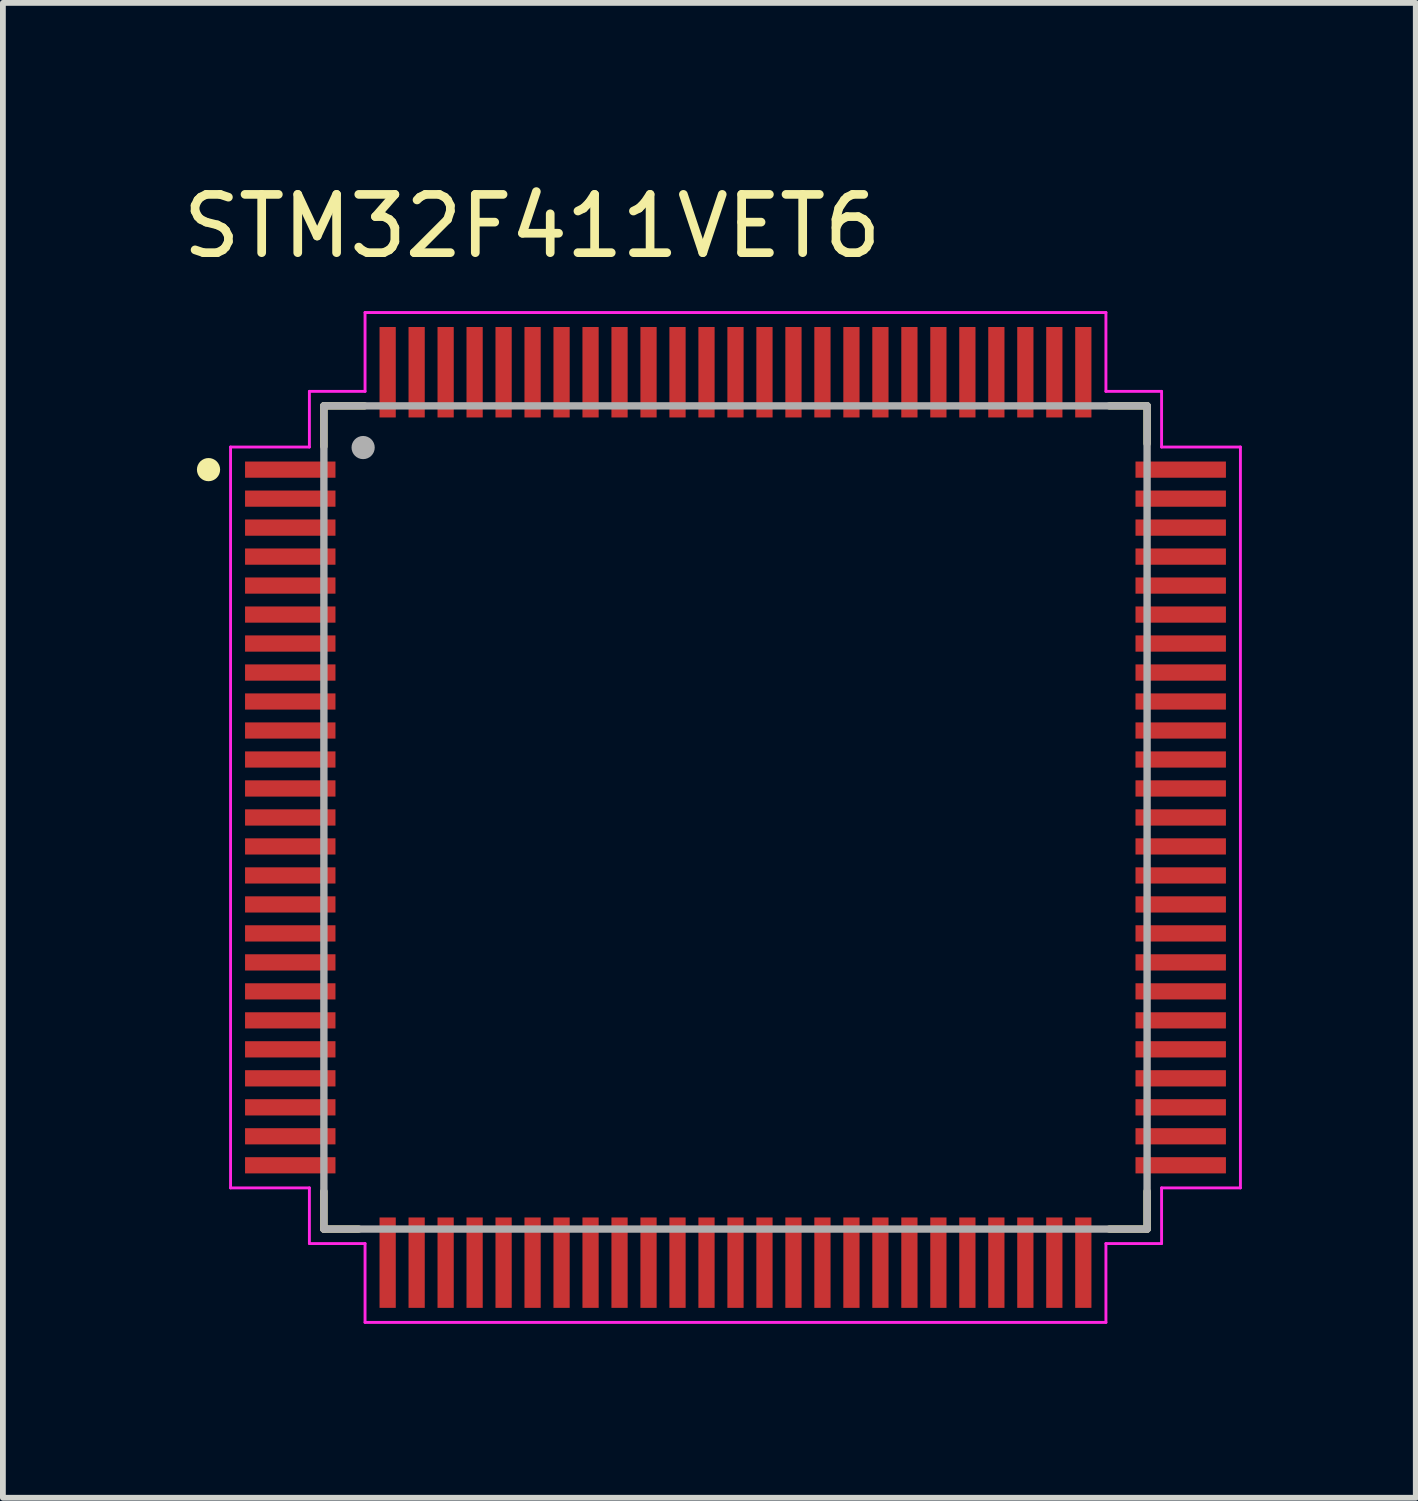
<source format=kicad_pcb>
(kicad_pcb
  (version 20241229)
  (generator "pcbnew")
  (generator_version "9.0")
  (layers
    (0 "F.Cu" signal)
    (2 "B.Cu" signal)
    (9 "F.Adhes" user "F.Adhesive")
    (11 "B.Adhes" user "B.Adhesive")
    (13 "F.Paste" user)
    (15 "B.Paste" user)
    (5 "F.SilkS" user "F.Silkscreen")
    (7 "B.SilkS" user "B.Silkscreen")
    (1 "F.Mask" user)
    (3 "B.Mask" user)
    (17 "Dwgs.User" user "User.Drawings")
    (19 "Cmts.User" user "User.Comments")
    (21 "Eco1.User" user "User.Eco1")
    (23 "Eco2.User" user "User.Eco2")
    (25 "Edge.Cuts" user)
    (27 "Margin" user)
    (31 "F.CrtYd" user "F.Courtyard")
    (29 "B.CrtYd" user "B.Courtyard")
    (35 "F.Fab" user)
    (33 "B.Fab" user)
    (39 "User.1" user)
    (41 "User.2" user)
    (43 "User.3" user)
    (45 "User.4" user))
  (footprint "STM32F411VET6"
    (layer "F.Cu")
    (at 9.637 11.051)
    (property "Reference" "STM32F411VET6" (at -3.507 -10.2 0) (layer "F.SilkS") (effects (font (size 1.005 1.005) (thickness 0.15))))
    (attr smd)
    (fp_line (start -7.1 -7.1) (end -6.4 -7.1) (stroke (width 0.127) (type solid)) (layer "F.SilkS"))
    (fp_line (start -7.1 -6.4) (end -7.1 -7.1) (stroke (width 0.127) (type solid)) (layer "F.SilkS"))
    (fp_line (start -7.1 6.45) (end -7.1 7.1) (stroke (width 0.127) (type solid)) (layer "F.SilkS"))
    (fp_line (start -7.1 7.1) (end -6.5 7.1) (stroke (width 0.127) (type solid)) (layer "F.SilkS"))
    (fp_line (start 6.45 -7.1) (end 7.1 -7.1) (stroke (width 0.127) (type solid)) (layer "F.SilkS"))
    (fp_line (start 6.45 7.1) (end 7.1 7.1) (stroke (width 0.127) (type solid)) (layer "F.SilkS"))
    (fp_line (start 7.1 -7.1) (end 7.1 -6.45) (stroke (width 0.127) (type solid)) (layer "F.SilkS"))
    (fp_line (start 7.1 7.1) (end 7.1 6.45) (stroke (width 0.127) (type solid)) (layer "F.SilkS"))
    (fp_circle (center -9.09 -6) (end -8.99 -6) (stroke (width 0.2) (type solid)) (fill no) (layer "F.SilkS"))
    (fp_line (start -8.71 -6.39) (end -8.71 6.39) (stroke (width 0.05) (type solid)) (layer "F.CrtYd"))
    (fp_line (start -8.71 6.39) (end -7.35 6.39) (stroke (width 0.05) (type solid)) (layer "F.CrtYd"))
    (fp_line (start -7.35 -7.35) (end -7.35 -6.39) (stroke (width 0.05) (type solid)) (layer "F.CrtYd"))
    (fp_line (start -7.35 -6.39) (end -8.71 -6.39) (stroke (width 0.05) (type solid)) (layer "F.CrtYd"))
    (fp_line (start -7.35 6.39) (end -7.35 7.35) (stroke (width 0.05) (type solid)) (layer "F.CrtYd"))
    (fp_line (start -7.35 7.35) (end -6.39 7.35) (stroke (width 0.05) (type solid)) (layer "F.CrtYd"))
    (fp_line (start -6.39 -8.71) (end -6.39 -7.35) (stroke (width 0.05) (type solid)) (layer "F.CrtYd"))
    (fp_line (start -6.39 -7.35) (end -7.35 -7.35) (stroke (width 0.05) (type solid)) (layer "F.CrtYd"))
    (fp_line (start -6.39 7.35) (end -6.39 8.71) (stroke (width 0.05) (type solid)) (layer "F.CrtYd"))
    (fp_line (start -6.39 8.71) (end 6.39 8.71) (stroke (width 0.05) (type solid)) (layer "F.CrtYd"))
    (fp_line (start 6.39 -8.71) (end -6.39 -8.71) (stroke (width 0.05) (type solid)) (layer "F.CrtYd"))
    (fp_line (start 6.39 -7.35) (end 6.39 -8.71) (stroke (width 0.05) (type solid)) (layer "F.CrtYd"))
    (fp_line (start 6.39 7.35) (end 7.35 7.35) (stroke (width 0.05) (type solid)) (layer "F.CrtYd"))
    (fp_line (start 6.39 8.71) (end 6.39 7.35) (stroke (width 0.05) (type solid)) (layer "F.CrtYd"))
    (fp_line (start 7.35 -7.35) (end 6.39 -7.35) (stroke (width 0.05) (type solid)) (layer "F.CrtYd"))
    (fp_line (start 7.35 -6.39) (end 7.35 -7.35) (stroke (width 0.05) (type solid)) (layer "F.CrtYd"))
    (fp_line (start 7.35 6.39) (end 8.71 6.39) (stroke (width 0.05) (type solid)) (layer "F.CrtYd"))
    (fp_line (start 7.35 7.35) (end 7.35 6.39) (stroke (width 0.05) (type solid)) (layer "F.CrtYd"))
    (fp_line (start 8.71 -6.39) (end 7.35 -6.39) (stroke (width 0.05) (type solid)) (layer "F.CrtYd"))
    (fp_line (start 8.71 6.39) (end 8.71 -6.39) (stroke (width 0.05) (type solid)) (layer "F.CrtYd"))
    (fp_line (start -7.1 -7.1) (end 7.1 -7.1) (stroke (width 0.127) (type solid)) (layer "F.Fab"))
    (fp_line (start -7.1 7.1) (end -7.1 -7.1) (stroke (width 0.127) (type solid)) (layer "F.Fab"))
    (fp_line (start 7.1 -7.1) (end 7.1 7.1) (stroke (width 0.127) (type solid)) (layer "F.Fab"))
    (fp_line (start 7.1 7.1) (end -7.1 7.1) (stroke (width 0.127) (type solid)) (layer "F.Fab"))
    (fp_circle (center -6.423 -6.381) (end -6.323 -6.381) (stroke (width 0.2) (type solid)) (fill no) (layer "F.Fab"))
    (pad "1" smd roundrect (at -7.68 -6) (size 1.56 0.28) (layers "F.Cu" "F.Mask" "F.Paste") (roundrect_rratio 0.01))
    (pad "2" smd roundrect (at -7.68 -5.5) (size 1.56 0.28) (layers "F.Cu" "F.Mask" "F.Paste") (roundrect_rratio 0.01))
    (pad "3" smd roundrect (at -7.68 -5) (size 1.56 0.28) (layers "F.Cu" "F.Mask" "F.Paste") (roundrect_rratio 0.01))
    (pad "4" smd roundrect (at -7.68 -4.5) (size 1.56 0.28) (layers "F.Cu" "F.Mask" "F.Paste") (roundrect_rratio 0.01))
    (pad "5" smd roundrect (at -7.68 -4) (size 1.56 0.28) (layers "F.Cu" "F.Mask" "F.Paste") (roundrect_rratio 0.01))
    (pad "6" smd roundrect (at -7.68 -3.5) (size 1.56 0.28) (layers "F.Cu" "F.Mask" "F.Paste") (roundrect_rratio 0.01))
    (pad "7" smd roundrect (at -7.68 -3) (size 1.56 0.28) (layers "F.Cu" "F.Mask" "F.Paste") (roundrect_rratio 0.01))
    (pad "8" smd roundrect (at -7.68 -2.5) (size 1.56 0.28) (layers "F.Cu" "F.Mask" "F.Paste") (roundrect_rratio 0.01))
    (pad "9" smd roundrect (at -7.68 -2) (size 1.56 0.28) (layers "F.Cu" "F.Mask" "F.Paste") (roundrect_rratio 0.01))
    (pad "10" smd roundrect (at -7.68 -1.5) (size 1.56 0.28) (layers "F.Cu" "F.Mask" "F.Paste") (roundrect_rratio 0.01))
    (pad "11" smd roundrect (at -7.68 -1) (size 1.56 0.28) (layers "F.Cu" "F.Mask" "F.Paste") (roundrect_rratio 0.01))
    (pad "12" smd roundrect (at -7.68 -0.5) (size 1.56 0.28) (layers "F.Cu" "F.Mask" "F.Paste") (roundrect_rratio 0.01))
    (pad "13" smd roundrect (at -7.68 0) (size 1.56 0.28) (layers "F.Cu" "F.Mask" "F.Paste") (roundrect_rratio 0.01))
    (pad "14" smd roundrect (at -7.68 0.5) (size 1.56 0.28) (layers "F.Cu" "F.Mask" "F.Paste") (roundrect_rratio 0.01))
    (pad "15" smd roundrect (at -7.68 1) (size 1.56 0.28) (layers "F.Cu" "F.Mask" "F.Paste") (roundrect_rratio 0.01))
    (pad "16" smd roundrect (at -7.68 1.5) (size 1.56 0.28) (layers "F.Cu" "F.Mask" "F.Paste") (roundrect_rratio 0.01))
    (pad "17" smd roundrect (at -7.68 2) (size 1.56 0.28) (layers "F.Cu" "F.Mask" "F.Paste") (roundrect_rratio 0.01))
    (pad "18" smd roundrect (at -7.68 2.5) (size 1.56 0.28) (layers "F.Cu" "F.Mask" "F.Paste") (roundrect_rratio 0.01))
    (pad "19" smd roundrect (at -7.68 3) (size 1.56 0.28) (layers "F.Cu" "F.Mask" "F.Paste") (roundrect_rratio 0.01))
    (pad "20" smd roundrect (at -7.68 3.5) (size 1.56 0.28) (layers "F.Cu" "F.Mask" "F.Paste") (roundrect_rratio 0.01))
    (pad "21" smd roundrect (at -7.68 4) (size 1.56 0.28) (layers "F.Cu" "F.Mask" "F.Paste") (roundrect_rratio 0.01))
    (pad "22" smd roundrect (at -7.68 4.5) (size 1.56 0.28) (layers "F.Cu" "F.Mask" "F.Paste") (roundrect_rratio 0.01))
    (pad "23" smd roundrect (at -7.68 5) (size 1.56 0.28) (layers "F.Cu" "F.Mask" "F.Paste") (roundrect_rratio 0.01))
    (pad "24" smd roundrect (at -7.68 5.5) (size 1.56 0.28) (layers "F.Cu" "F.Mask" "F.Paste") (roundrect_rratio 0.01))
    (pad "25" smd roundrect (at -7.68 6) (size 1.56 0.28) (layers "F.Cu" "F.Mask" "F.Paste") (roundrect_rratio 0.01))
    (pad "26" smd roundrect (at -6 7.68 90) (size 1.56 0.28) (layers "F.Cu" "F.Mask" "F.Paste") (roundrect_rratio 0.01))
    (pad "27" smd roundrect (at -5.5 7.68 90) (size 1.56 0.28) (layers "F.Cu" "F.Mask" "F.Paste") (roundrect_rratio 0.01))
    (pad "28" smd roundrect (at -5 7.68 90) (size 1.56 0.28) (layers "F.Cu" "F.Mask" "F.Paste") (roundrect_rratio 0.01))
    (pad "29" smd roundrect (at -4.5 7.68 90) (size 1.56 0.28) (layers "F.Cu" "F.Mask" "F.Paste") (roundrect_rratio 0.01))
    (pad "30" smd roundrect (at -4 7.68 90) (size 1.56 0.28) (layers "F.Cu" "F.Mask" "F.Paste") (roundrect_rratio 0.01))
    (pad "31" smd roundrect (at -3.5 7.68 90) (size 1.56 0.28) (layers "F.Cu" "F.Mask" "F.Paste") (roundrect_rratio 0.01))
    (pad "32" smd roundrect (at -3 7.68 90) (size 1.56 0.28) (layers "F.Cu" "F.Mask" "F.Paste") (roundrect_rratio 0.01))
    (pad "33" smd roundrect (at -2.5 7.68 90) (size 1.56 0.28) (layers "F.Cu" "F.Mask" "F.Paste") (roundrect_rratio 0.01))
    (pad "34" smd roundrect (at -2 7.68 90) (size 1.56 0.28) (layers "F.Cu" "F.Mask" "F.Paste") (roundrect_rratio 0.01))
    (pad "35" smd roundrect (at -1.5 7.68 90) (size 1.56 0.28) (layers "F.Cu" "F.Mask" "F.Paste") (roundrect_rratio 0.01))
    (pad "36" smd roundrect (at -1 7.68 90) (size 1.56 0.28) (layers "F.Cu" "F.Mask" "F.Paste") (roundrect_rratio 0.01))
    (pad "37" smd roundrect (at -0.5 7.68 90) (size 1.56 0.28) (layers "F.Cu" "F.Mask" "F.Paste") (roundrect_rratio 0.01))
    (pad "38" smd roundrect (at 0 7.68 90) (size 1.56 0.28) (layers "F.Cu" "F.Mask" "F.Paste") (roundrect_rratio 0.01))
    (pad "39" smd roundrect (at 0.5 7.68 90) (size 1.56 0.28) (layers "F.Cu" "F.Mask" "F.Paste") (roundrect_rratio 0.01))
    (pad "40" smd roundrect (at 1 7.68 90) (size 1.56 0.28) (layers "F.Cu" "F.Mask" "F.Paste") (roundrect_rratio 0.01))
    (pad "41" smd roundrect (at 1.5 7.68 90) (size 1.56 0.28) (layers "F.Cu" "F.Mask" "F.Paste") (roundrect_rratio 0.01))
    (pad "42" smd roundrect (at 2 7.68 90) (size 1.56 0.28) (layers "F.Cu" "F.Mask" "F.Paste") (roundrect_rratio 0.01))
    (pad "43" smd roundrect (at 2.5 7.68 90) (size 1.56 0.28) (layers "F.Cu" "F.Mask" "F.Paste") (roundrect_rratio 0.01))
    (pad "44" smd roundrect (at 3 7.68 90) (size 1.56 0.28) (layers "F.Cu" "F.Mask" "F.Paste") (roundrect_rratio 0.01))
    (pad "45" smd roundrect (at 3.5 7.68 90) (size 1.56 0.28) (layers "F.Cu" "F.Mask" "F.Paste") (roundrect_rratio 0.01))
    (pad "46" smd roundrect (at 4 7.68 90) (size 1.56 0.28) (layers "F.Cu" "F.Mask" "F.Paste") (roundrect_rratio 0.01))
    (pad "47" smd roundrect (at 4.5 7.68 90) (size 1.56 0.28) (layers "F.Cu" "F.Mask" "F.Paste") (roundrect_rratio 0.01))
    (pad "48" smd roundrect (at 5 7.68 90) (size 1.56 0.28) (layers "F.Cu" "F.Mask" "F.Paste") (roundrect_rratio 0.01))
    (pad "49" smd roundrect (at 5.5 7.68 90) (size 1.56 0.28) (layers "F.Cu" "F.Mask" "F.Paste") (roundrect_rratio 0.01))
    (pad "50" smd roundrect (at 6 7.68 90) (size 1.56 0.28) (layers "F.Cu" "F.Mask" "F.Paste") (roundrect_rratio 0.01))
    (pad "51" smd roundrect (at 7.68 6) (size 1.56 0.28) (layers "F.Cu" "F.Mask" "F.Paste") (roundrect_rratio 0.01))
    (pad "52" smd roundrect (at 7.68 5.5) (size 1.56 0.28) (layers "F.Cu" "F.Mask" "F.Paste") (roundrect_rratio 0.01))
    (pad "53" smd roundrect (at 7.68 5) (size 1.56 0.28) (layers "F.Cu" "F.Mask" "F.Paste") (roundrect_rratio 0.01))
    (pad "54" smd roundrect (at 7.68 4.5) (size 1.56 0.28) (layers "F.Cu" "F.Mask" "F.Paste") (roundrect_rratio 0.01))
    (pad "55" smd roundrect (at 7.68 4) (size 1.56 0.28) (layers "F.Cu" "F.Mask" "F.Paste") (roundrect_rratio 0.01))
    (pad "56" smd roundrect (at 7.68 3.5) (size 1.56 0.28) (layers "F.Cu" "F.Mask" "F.Paste") (roundrect_rratio 0.01))
    (pad "57" smd roundrect (at 7.68 3) (size 1.56 0.28) (layers "F.Cu" "F.Mask" "F.Paste") (roundrect_rratio 0.01))
    (pad "58" smd roundrect (at 7.68 2.5) (size 1.56 0.28) (layers "F.Cu" "F.Mask" "F.Paste") (roundrect_rratio 0.01))
    (pad "59" smd roundrect (at 7.68 2) (size 1.56 0.28) (layers "F.Cu" "F.Mask" "F.Paste") (roundrect_rratio 0.01))
    (pad "60" smd roundrect (at 7.68 1.5) (size 1.56 0.28) (layers "F.Cu" "F.Mask" "F.Paste") (roundrect_rratio 0.01))
    (pad "61" smd roundrect (at 7.68 1) (size 1.56 0.28) (layers "F.Cu" "F.Mask" "F.Paste") (roundrect_rratio 0.01))
    (pad "62" smd roundrect (at 7.68 0.5) (size 1.56 0.28) (layers "F.Cu" "F.Mask" "F.Paste") (roundrect_rratio 0.01))
    (pad "63" smd roundrect (at 7.68 0) (size 1.56 0.28) (layers "F.Cu" "F.Mask" "F.Paste") (roundrect_rratio 0.01))
    (pad "64" smd roundrect (at 7.68 -0.5) (size 1.56 0.28) (layers "F.Cu" "F.Mask" "F.Paste") (roundrect_rratio 0.01))
    (pad "65" smd roundrect (at 7.68 -1) (size 1.56 0.28) (layers "F.Cu" "F.Mask" "F.Paste") (roundrect_rratio 0.01))
    (pad "66" smd roundrect (at 7.68 -1.5) (size 1.56 0.28) (layers "F.Cu" "F.Mask" "F.Paste") (roundrect_rratio 0.01))
    (pad "67" smd roundrect (at 7.68 -2) (size 1.56 0.28) (layers "F.Cu" "F.Mask" "F.Paste") (roundrect_rratio 0.01))
    (pad "68" smd roundrect (at 7.68 -2.5) (size 1.56 0.28) (layers "F.Cu" "F.Mask" "F.Paste") (roundrect_rratio 0.01))
    (pad "69" smd roundrect (at 7.68 -3) (size 1.56 0.28) (layers "F.Cu" "F.Mask" "F.Paste") (roundrect_rratio 0.01))
    (pad "70" smd roundrect (at 7.68 -3.5) (size 1.56 0.28) (layers "F.Cu" "F.Mask" "F.Paste") (roundrect_rratio 0.01))
    (pad "71" smd roundrect (at 7.68 -4) (size 1.56 0.28) (layers "F.Cu" "F.Mask" "F.Paste") (roundrect_rratio 0.01))
    (pad "72" smd roundrect (at 7.68 -4.5) (size 1.56 0.28) (layers "F.Cu" "F.Mask" "F.Paste") (roundrect_rratio 0.01))
    (pad "73" smd roundrect (at 7.68 -5) (size 1.56 0.28) (layers "F.Cu" "F.Mask" "F.Paste") (roundrect_rratio 0.01))
    (pad "74" smd roundrect (at 7.68 -5.5) (size 1.56 0.28) (layers "F.Cu" "F.Mask" "F.Paste") (roundrect_rratio 0.01))
    (pad "75" smd roundrect (at 7.68 -6) (size 1.56 0.28) (layers "F.Cu" "F.Mask" "F.Paste") (roundrect_rratio 0.01))
    (pad "76" smd roundrect (at 6 -7.68 90) (size 1.56 0.28) (layers "F.Cu" "F.Mask" "F.Paste") (roundrect_rratio 0.01))
    (pad "77" smd roundrect (at 5.5 -7.68 90) (size 1.56 0.28) (layers "F.Cu" "F.Mask" "F.Paste") (roundrect_rratio 0.01))
    (pad "78" smd roundrect (at 5 -7.68 90) (size 1.56 0.28) (layers "F.Cu" "F.Mask" "F.Paste") (roundrect_rratio 0.01))
    (pad "79" smd roundrect (at 4.5 -7.68 90) (size 1.56 0.28) (layers "F.Cu" "F.Mask" "F.Paste") (roundrect_rratio 0.01))
    (pad "80" smd roundrect (at 4 -7.68 90) (size 1.56 0.28) (layers "F.Cu" "F.Mask" "F.Paste") (roundrect_rratio 0.01))
    (pad "81" smd roundrect (at 3.5 -7.68 90) (size 1.56 0.28) (layers "F.Cu" "F.Mask" "F.Paste") (roundrect_rratio 0.01))
    (pad "82" smd roundrect (at 3 -7.68 90) (size 1.56 0.28) (layers "F.Cu" "F.Mask" "F.Paste") (roundrect_rratio 0.01))
    (pad "83" smd roundrect (at 2.5 -7.68 90) (size 1.56 0.28) (layers "F.Cu" "F.Mask" "F.Paste") (roundrect_rratio 0.01))
    (pad "84" smd roundrect (at 2 -7.68 90) (size 1.56 0.28) (layers "F.Cu" "F.Mask" "F.Paste") (roundrect_rratio 0.01))
    (pad "85" smd roundrect (at 1.5 -7.68 90) (size 1.56 0.28) (layers "F.Cu" "F.Mask" "F.Paste") (roundrect_rratio 0.01))
    (pad "86" smd roundrect (at 1 -7.68 90) (size 1.56 0.28) (layers "F.Cu" "F.Mask" "F.Paste") (roundrect_rratio 0.01))
    (pad "87" smd roundrect (at 0.5 -7.68 90) (size 1.56 0.28) (layers "F.Cu" "F.Mask" "F.Paste") (roundrect_rratio 0.01))
    (pad "88" smd roundrect (at 0 -7.68 90) (size 1.56 0.28) (layers "F.Cu" "F.Mask" "F.Paste") (roundrect_rratio 0.01))
    (pad "89" smd roundrect (at -0.5 -7.68 90) (size 1.56 0.28) (layers "F.Cu" "F.Mask" "F.Paste") (roundrect_rratio 0.01))
    (pad "90" smd roundrect (at -1 -7.68 90) (size 1.56 0.28) (layers "F.Cu" "F.Mask" "F.Paste") (roundrect_rratio 0.01))
    (pad "91" smd roundrect (at -1.5 -7.68 90) (size 1.56 0.28) (layers "F.Cu" "F.Mask" "F.Paste") (roundrect_rratio 0.01))
    (pad "92" smd roundrect (at -2 -7.68 90) (size 1.56 0.28) (layers "F.Cu" "F.Mask" "F.Paste") (roundrect_rratio 0.01))
    (pad "93" smd roundrect (at -2.5 -7.68 90) (size 1.56 0.28) (layers "F.Cu" "F.Mask" "F.Paste") (roundrect_rratio 0.01))
    (pad "94" smd roundrect (at -3 -7.68 90) (size 1.56 0.28) (layers "F.Cu" "F.Mask" "F.Paste") (roundrect_rratio 0.01))
    (pad "95" smd roundrect (at -3.5 -7.68 90) (size 1.56 0.28) (layers "F.Cu" "F.Mask" "F.Paste") (roundrect_rratio 0.01))
    (pad "96" smd roundrect (at -4 -7.68 90) (size 1.56 0.28) (layers "F.Cu" "F.Mask" "F.Paste") (roundrect_rratio 0.01))
    (pad "97" smd roundrect (at -4.5 -7.68 90) (size 1.56 0.28) (layers "F.Cu" "F.Mask" "F.Paste") (roundrect_rratio 0.01))
    (pad "98" smd roundrect (at -5 -7.68 90) (size 1.56 0.28) (layers "F.Cu" "F.Mask" "F.Paste") (roundrect_rratio 0.01))
    (pad "99" smd roundrect (at -5.5 -7.68 90) (size 1.56 0.28) (layers "F.Cu" "F.Mask" "F.Paste") (roundrect_rratio 0.01))
    (pad "100" smd roundrect (at -6 -7.68 90) (size 1.56 0.28) (layers "F.Cu" "F.Mask" "F.Paste") (roundrect_rratio 0.01)))
  (gr_rect
    (start -3 -3)
    (end 21.372 22.786)
    (stroke (width 0.1) (type default))
    (fill no)
    (layer "Edge.Cuts")))
</source>
